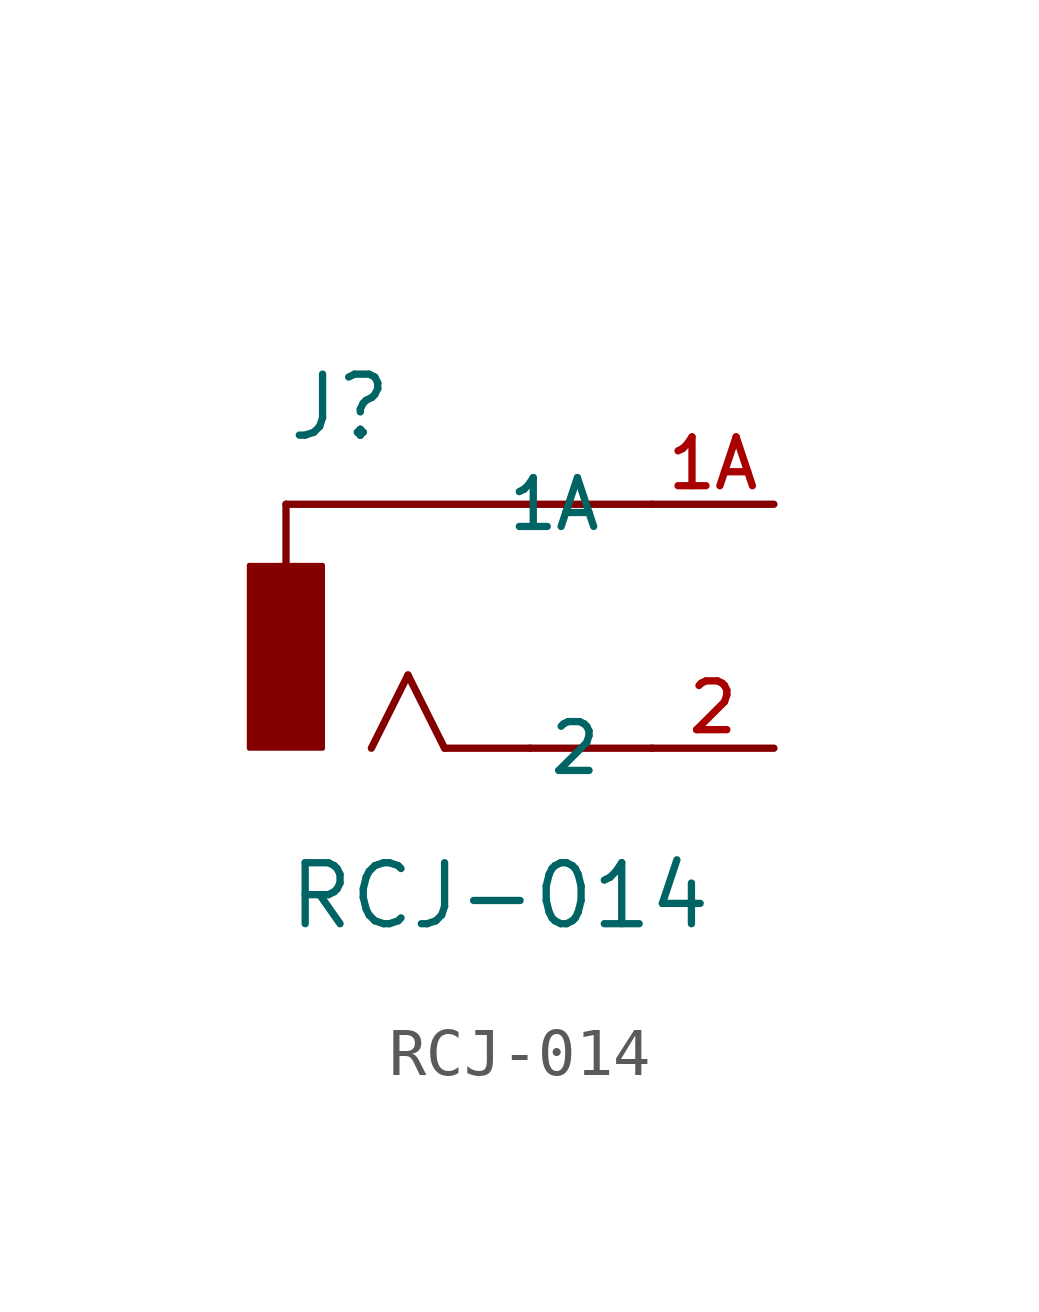
<source format=kicad_sym>
(kicad_symbol_lib
  (version 20231120)
  (generator "kicad_symbol_editor")
  (generator_version "8.0")
  (symbol "RCJ-014"
    (pin_names
      (offset 1.016))
    (property "Reference" "J"
      (at -2.544 3.816 0)
      (effects (font (size 1.27 1.27)) (justify left bottom)))
    (property "Value" "RCJ-014"
      (at -2.543 -6.358 0)
      (effects (font (size 1.27 1.27)) (justify left bottom)))
    (symbol "RCJ-014_0_0"
      (rectangle (start -3.306 -2.543) (end -1.778 1.27) (stroke (width 0.1) (type default)) (fill (type outline)))
      (polyline (pts (xy -2.54 2.54) (xy -2.54 1.27)) (stroke (width 0.152) (type default)) (fill (type none)))
      (polyline (pts (xy 0 -1.016) (xy -0.762 -2.54)) (stroke (width 0.152) (type default)) (fill (type none)))
      (polyline (pts (xy 0.762 -2.54) (xy 0 -1.016)) (stroke (width 0.152) (type default)) (fill (type none)))
      (polyline (pts (xy 2.54 -2.54) (xy 0.762 -2.54)) (stroke (width 0.152) (type default)) (fill (type none)))
      (polyline (pts (xy 5.08 -2.54) (xy 2.54 -2.54)) (stroke (width 0.152) (type default)) (fill (type none)))
      (polyline (pts (xy 5.08 2.54) (xy -2.54 2.54)) (stroke (width 0.152) (type default)) (fill (type none)))
      (pin passive line (at 7.62 -2.54 180) (length 2.54) (name "2" (effects (font (size 1.016 1.016)))) (number "2" (effects (font (size 1.016 1.016))))))
    (symbol "RCJ-014_1_0"
      (pin passive line (at 7.62 2.54 180) (length 2.54) (name "1A" (effects (font (size 1.016 1.016)))) (number "1A" (effects (font (size 1.016 1.016)))))
      (pin no_connect line (at 5.08 5.08 180) (length 2.54) hide (name "1B" (effects (font (size 1.016 1.016)))) (number "1B" (effects (font (size 1.016 1.016)))))
      (pin no_connect line (at 5.08 7.62 180) (length 2.54) hide (name "1C" (effects (font (size 1.016 1.016)))) (number "1C" (effects (font (size 1.016 1.016))))))))
</source>
